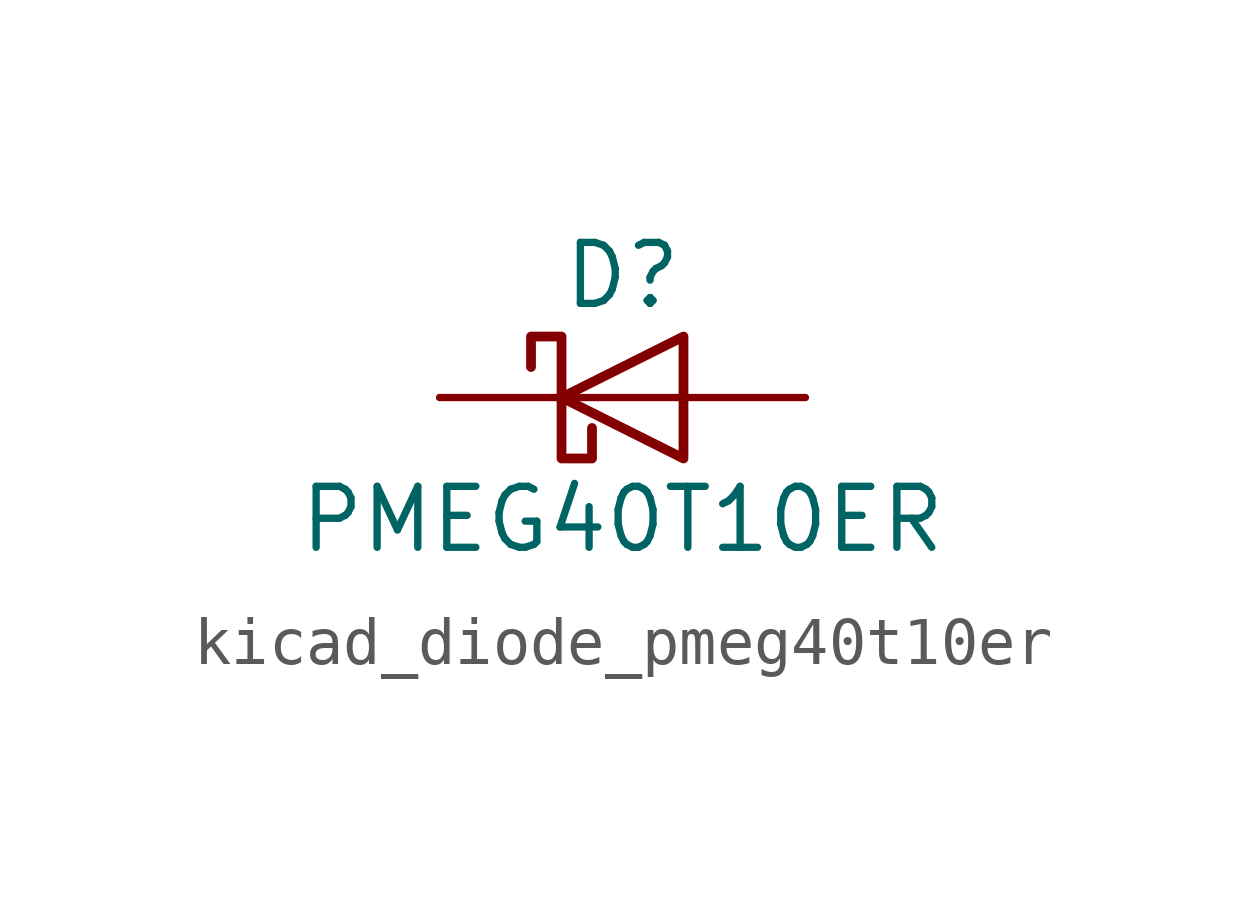
<source format=kicad_sym>
(kicad_symbol_lib
  (version 20220914)
  (generator kicad_symbol_editor)
  (symbol "kicad_diode_pmeg40t10er"
    (pin_numbers hide)
    (pin_names hide)
    (property "Reference" "D"
      (at 0 2.54 0)
      (effects (font (size 1.27 1.27))))
    (property "Value" "PMEG40T10ER"
      (at 0 -2.54 0)
      (effects (font (size 1.27 1.27))))
    (symbol "kicad_diode_pmeg40t10er_0_1"
      (polyline (pts (xy 1.27 0) (xy -1.27 0)) (stroke (width 0) (type default)) (fill (type none)))
      (polyline (pts (xy 1.27 1.27) (xy 1.27 -1.27) (xy -1.27 0) (xy 1.27 1.27)) (stroke (width 0.203) (type default)) (fill (type none)))
      (polyline (pts (xy -1.905 0.635) (xy -1.905 1.27) (xy -1.27 1.27) (xy -1.27 -1.27) (xy -0.635 -1.27) (xy -0.635 -0.635)) (stroke (width 0.203) (type default)) (fill (type none))))
    (symbol "kicad_diode_pmeg40t10er_1_1"
      (pin passive line (at -3.81 0 0) (length 2.54) (name "K" (effects (font (size 1.27 1.27)))) (number "1" (effects (font (size 1.27 1.27)))))
      (pin passive line (at 3.81 0 180) (length 2.54) (name "A" (effects (font (size 1.27 1.27)))) (number "2" (effects (font (size 1.27 1.27))))))))
</source>
